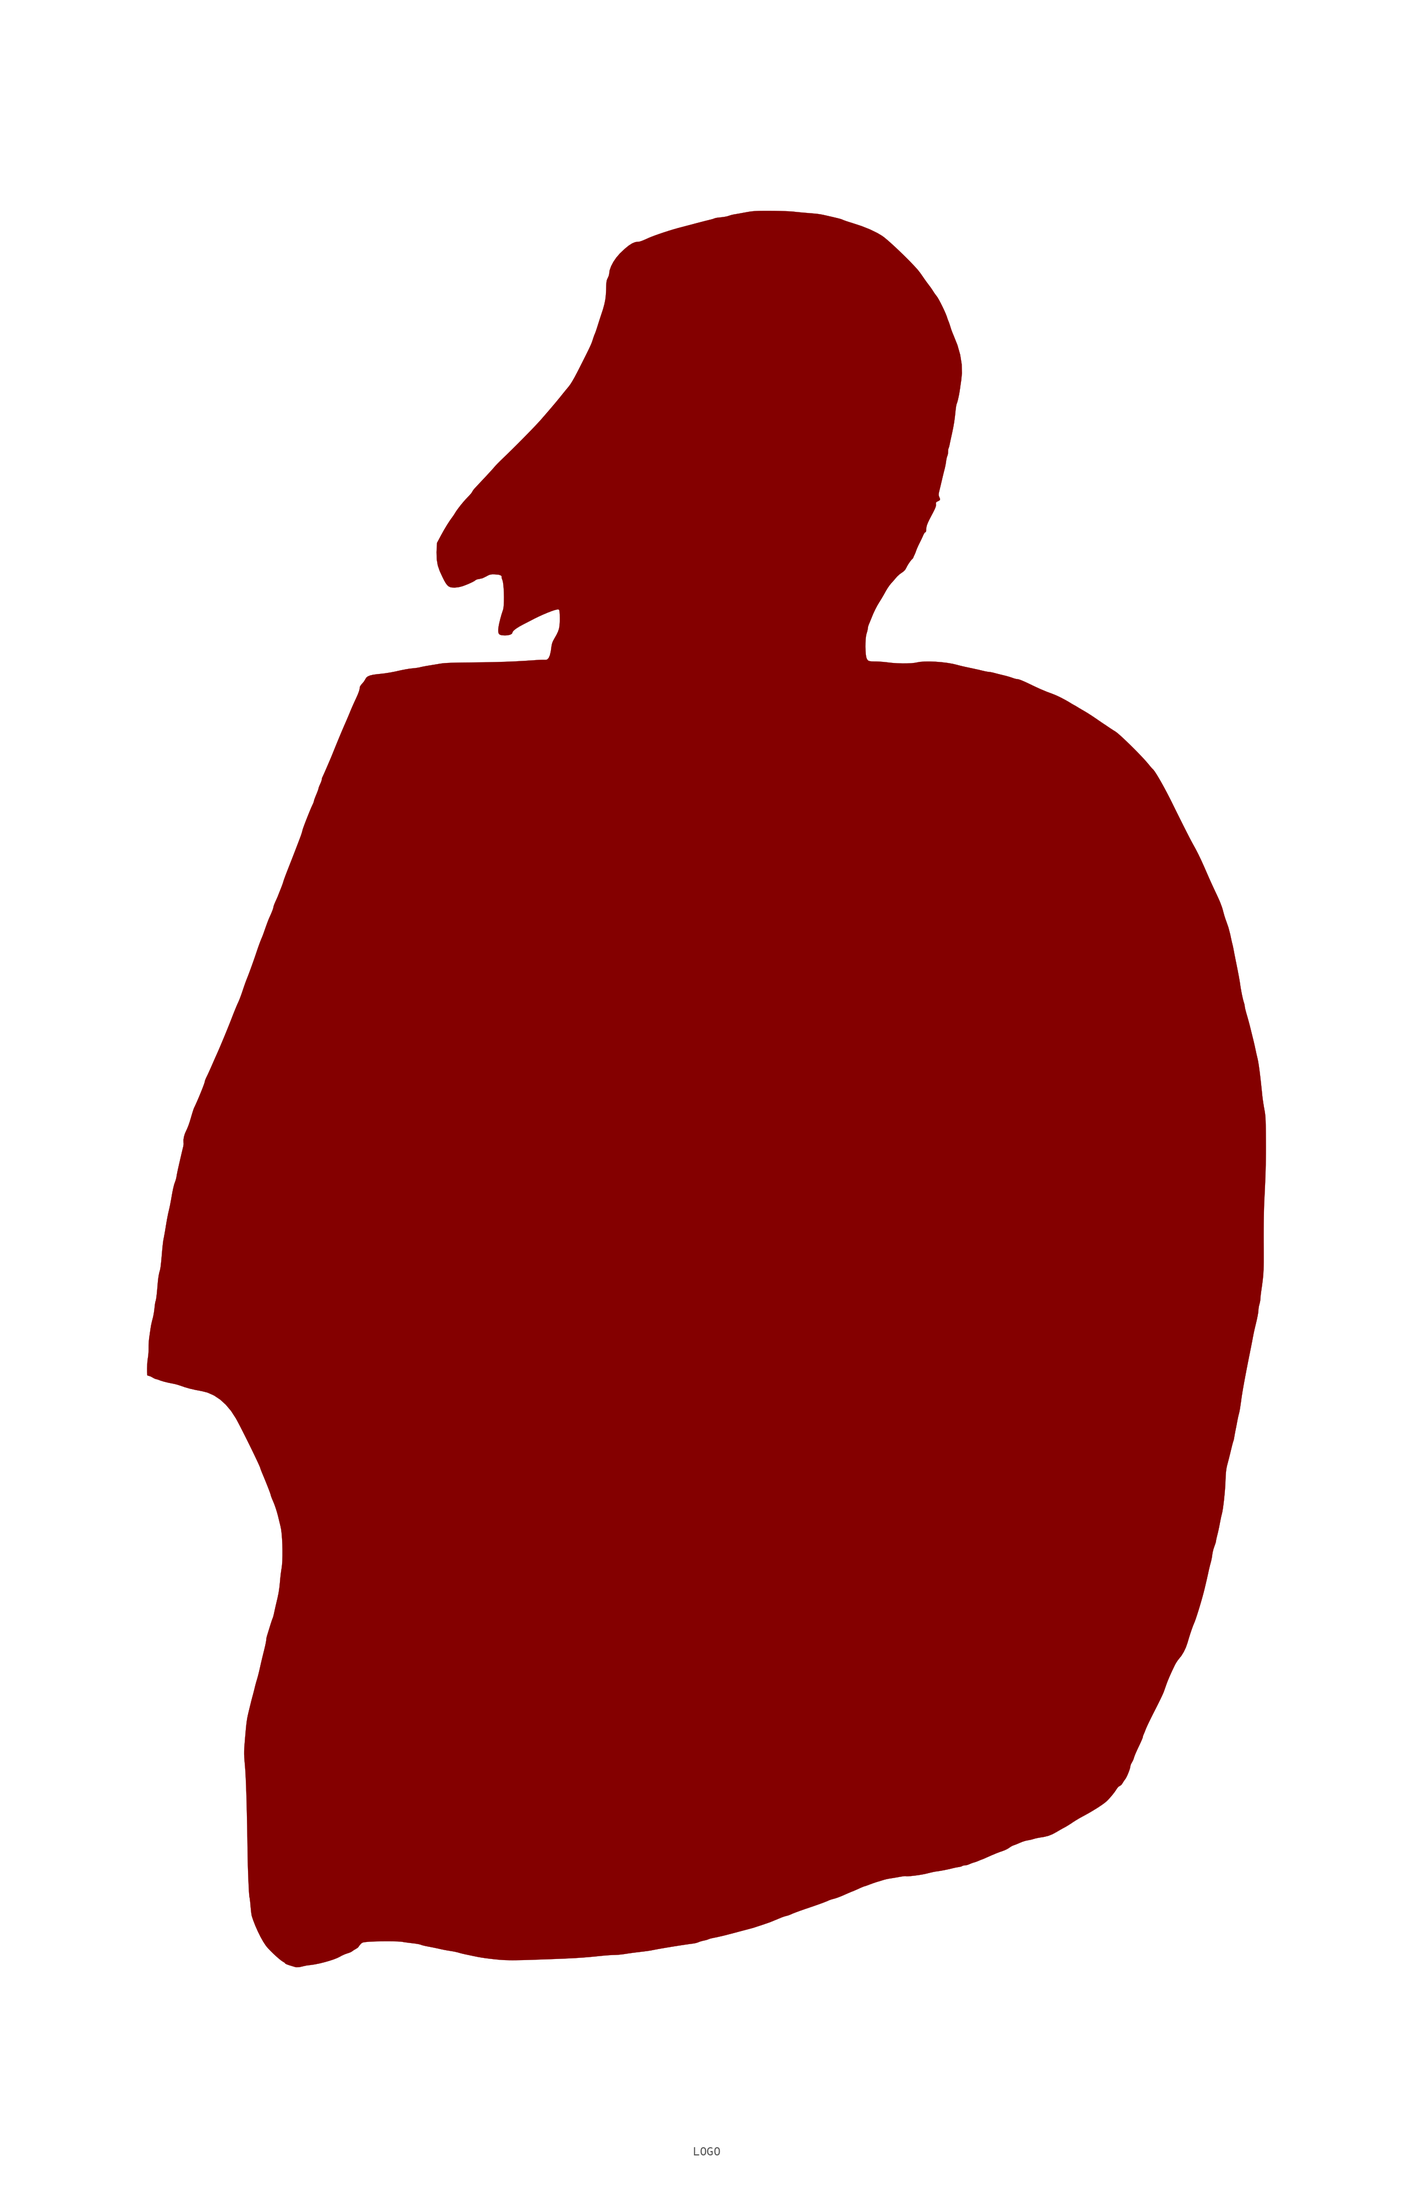
<source format=kicad_sym>
(kicad_symbol_lib
  (version 20210619)
  (generator bitmap2component)
  (symbol "LOGO"
    (pin_names
      (offset 1.016))
    (property "Reference" "#G"
      (at 0 99.257 0)
      (effects (font (size 1.27 1.27)) hide))
    (symbol "LOGO_0_0"
      (polyline (pts (xy -46.318 -99.795) (xy -45.93 -99.71) (xy -45.835 -99.684) (xy -45.504 -99.613) (xy -45.193 -99.57) (xy -45.071 -99.558) (xy -44.585 -99.488) (xy -44.044 -99.38) (xy -43.48 -99.243) (xy -42.929 -99.088) (xy -42.423 -98.924) (xy -41.997 -98.759) (xy -41.684 -98.603) (xy -41.472 -98.487) (xy -41.137 -98.334) (xy -40.834 -98.226) (xy -40.649 -98.168) (xy -40.436 -98.083) (xy -40.314 -98.012) (xy -40.271 -97.975) (xy -40.109 -97.864) (xy -39.901 -97.739) (xy -39.794 -97.677) (xy -39.644 -97.577) (xy -39.585 -97.52) (xy -39.576 -97.498) (xy -39.499 -97.386) (xy -39.369 -97.225) (xy -39.271 -97.117) (xy -39.163 -97.033) (xy -39.024 -96.981) (xy -38.815 -96.946) (xy -38.496 -96.915) (xy -38.332 -96.902) (xy -37.942 -96.882) (xy -37.481 -96.867) (xy -36.978 -96.858) (xy -36.459 -96.854) (xy -35.952 -96.855) (xy -35.483 -96.862) (xy -35.081 -96.874) (xy -34.773 -96.892) (xy -34.587 -96.915) (xy -34.457 -96.939) (xy -34.176 -96.982) (xy -33.828 -97.028) (xy -33.458 -97.072) (xy -33.184 -97.105) (xy -32.868 -97.153) (xy -32.625 -97.2) (xy -32.493 -97.24) (xy -32.483 -97.245) (xy -32.327 -97.299) (xy -32.078 -97.363) (xy -31.787 -97.424) (xy -31.338 -97.51) (xy -30.943 -97.589) (xy -30.569 -97.668) (xy -30.153 -97.761) (xy -29.832 -97.828) (xy -29.443 -97.899) (xy -29.076 -97.958) (xy -29.041 -97.963) (xy -28.712 -98.02) (xy -28.406 -98.085) (xy -28.185 -98.143) (xy -28.067 -98.179) (xy -27.776 -98.256) (xy -27.48 -98.324) (xy -27.21 -98.381) (xy -26.857 -98.455) (xy -26.514 -98.527) (xy -26.035 -98.625) (xy -25.574 -98.707) (xy -25.1 -98.777) (xy -24.546 -98.846) (xy -24.446 -98.857) (xy -24.089 -98.897) (xy -23.759 -98.931) (xy -23.444 -98.959) (xy -23.13 -98.98) (xy -22.803 -98.995) (xy -22.45 -99.004) (xy -22.056 -99.007) (xy -21.609 -99.004) (xy -21.095 -98.995) (xy -20.501 -98.979) (xy -19.812 -98.958) (xy -19.015 -98.93) (xy -18.097 -98.897) (xy -17.045 -98.858) (xy -16.224 -98.825) (xy -15.439 -98.788) (xy -14.734 -98.749) (xy -14.073 -98.705) (xy -13.42 -98.652) (xy -12.739 -98.589) (xy -11.995 -98.513) (xy -11.946 -98.508) (xy -11.512 -98.468) (xy -11.085 -98.435) (xy -10.713 -98.413) (xy -10.441 -98.405) (xy -10.408 -98.405) (xy -10.065 -98.389) (xy -9.666 -98.35) (xy -9.29 -98.298) (xy -9.276 -98.296) (xy -8.945 -98.244) (xy -8.523 -98.184) (xy -8.061 -98.124) (xy -7.613 -98.07) (xy -7.523 -98.059) (xy -7.121 -98.01) (xy -6.754 -97.962) (xy -6.46 -97.919) (xy -6.276 -97.888) (xy -6.063 -97.844) (xy -5.602 -97.757) (xy -5.044 -97.658) (xy -4.421 -97.553) (xy -3.767 -97.445) (xy -3.113 -97.342) (xy -2.49 -97.247) (xy -1.932 -97.166) (xy -1.47 -97.105) (xy -1.382 -97.091) (xy -1.116 -97.03) (xy -0.906 -96.954) (xy -0.821 -96.918) (xy -0.576 -96.838) (xy -0.306 -96.774) (xy -0.169 -96.745) (xy 0.069 -96.681) (xy 0.228 -96.621) (xy 0.301 -96.59) (xy 0.512 -96.527) (xy 0.765 -96.473) (xy 1.152 -96.396) (xy 1.723 -96.267) (xy 2.419 -96.094) (xy 3.231 -95.882) (xy 3.547 -95.797) (xy 3.992 -95.678) (xy 4.415 -95.567) (xy 4.753 -95.477) (xy 4.868 -95.447) (xy 5.153 -95.37) (xy 5.376 -95.307) (xy 5.496 -95.27) (xy 5.518 -95.261) (xy 5.672 -95.21) (xy 5.913 -95.131) (xy 6.202 -95.038) (xy 7.228 -94.685) (xy 8.28 -94.253) (xy 8.558 -94.137) (xy 8.838 -94.037) (xy 9.047 -93.98) (xy 9.054 -93.979) (xy 9.308 -93.911) (xy 9.539 -93.82) (xy 9.559 -93.81) (xy 9.796 -93.706) (xy 10.151 -93.567) (xy 10.6 -93.402) (xy 11.123 -93.218) (xy 11.697 -93.023) (xy 11.941 -92.941) (xy 12.461 -92.761) (xy 12.941 -92.59) (xy 13.357 -92.435) (xy 13.683 -92.306) (xy 13.893 -92.214) (xy 13.985 -92.174) (xy 14.227 -92.091) (xy 14.496 -92.019) (xy 14.612 -91.988) (xy 14.904 -91.891) (xy 15.25 -91.758) (xy 15.597 -91.611) (xy 15.792 -91.524) (xy 16.111 -91.384) (xy 16.383 -91.269) (xy 16.562 -91.198) (xy 16.576 -91.192) (xy 16.782 -91.109) (xy 17.061 -90.988) (xy 17.357 -90.855) (xy 17.422 -90.825) (xy 17.671 -90.715) (xy 17.86 -90.638) (xy 17.951 -90.609) (xy 17.963 -90.607) (xy 18.086 -90.57) (xy 18.3 -90.495) (xy 18.567 -90.394) (xy 18.59 -90.386) (xy 18.91 -90.268) (xy 19.221 -90.161) (xy 19.459 -90.086) (xy 19.52 -90.069) (xy 19.831 -89.977) (xy 20.127 -89.884) (xy 20.247 -89.849) (xy 20.56 -89.773) (xy 20.87 -89.718) (xy 20.922 -89.71) (xy 21.216 -89.664) (xy 21.576 -89.603) (xy 21.933 -89.539) (xy 22.072 -89.514) (xy 22.347 -89.471) (xy 22.549 -89.448) (xy 22.641 -89.45) (xy 22.728 -89.466) (xy 22.941 -89.463) (xy 23.246 -89.44) (xy 23.61 -89.4) (xy 24.005 -89.348) (xy 24.399 -89.286) (xy 24.763 -89.219) (xy 25.066 -89.151) (xy 25.274 -89.098) (xy 25.598 -89.021) (xy 25.865 -88.962) (xy 26.031 -88.933) (xy 26.071 -88.928) (xy 26.407 -88.879) (xy 26.815 -88.808) (xy 27.241 -88.726) (xy 27.629 -88.644) (xy 27.925 -88.572) (xy 28.074 -88.534) (xy 28.4 -88.463) (xy 28.685 -88.416) (xy 28.797 -88.398) (xy 28.985 -88.351) (xy 29.079 -88.302) (xy 29.081 -88.298) (xy 29.185 -88.251) (xy 29.364 -88.231) (xy 29.415 -88.229) (xy 29.657 -88.18) (xy 29.903 -88.088) (xy 29.963 -88.06) (xy 30.209 -87.96) (xy 30.418 -87.895) (xy 30.474 -87.881) (xy 30.705 -87.804) (xy 30.951 -87.705) (xy 31.049 -87.662) (xy 31.218 -87.591) (xy 31.301 -87.563) (xy 31.355 -87.546) (xy 31.512 -87.482) (xy 31.729 -87.386) (xy 31.867 -87.324) (xy 32.441 -87.071) (xy 32.913 -86.873) (xy 33.311 -86.719) (xy 33.659 -86.599) (xy 33.919 -86.5) (xy 34.213 -86.358) (xy 34.432 -86.219) (xy 34.51 -86.161) (xy 34.724 -86.029) (xy 34.9 -85.954) (xy 34.911 -85.951) (xy 35.083 -85.892) (xy 35.333 -85.792) (xy 35.612 -85.67) (xy 35.923 -85.545) (xy 36.251 -85.44) (xy 36.518 -85.382) (xy 36.636 -85.364) (xy 36.942 -85.3) (xy 37.202 -85.226) (xy 37.424 -85.163) (xy 37.731 -85.098) (xy 38.052 -85.044) (xy 38.37 -84.993) (xy 38.875 -84.868) (xy 39.343 -84.681) (xy 39.841 -84.409) (xy 39.87 -84.391) (xy 40.172 -84.214) (xy 40.469 -84.046) (xy 40.699 -83.923) (xy 40.752 -83.896) (xy 40.996 -83.755) (xy 41.293 -83.57) (xy 41.591 -83.373) (xy 41.633 -83.344) (xy 41.979 -83.121) (xy 42.353 -82.896) (xy 42.68 -82.714) (xy 42.848 -82.625) (xy 43.398 -82.323) (xy 43.938 -82.008) (xy 44.441 -81.697) (xy 44.886 -81.404) (xy 45.245 -81.146) (xy 45.496 -80.938) (xy 45.701 -80.734) (xy 46.073 -80.317) (xy 46.414 -79.882) (xy 46.681 -79.483) (xy 46.7 -79.453) (xy 46.846 -79.287) (xy 46.995 -79.196) (xy 47.007 -79.193) (xy 47.157 -79.092) (xy 47.286 -78.921) (xy 47.31 -78.877) (xy 47.451 -78.652) (xy 47.613 -78.428) (xy 47.698 -78.299) (xy 47.831 -78.038) (xy 47.965 -77.725) (xy 48.084 -77.405) (xy 48.169 -77.124) (xy 48.201 -76.928) (xy 48.206 -76.887) (xy 48.269 -76.716) (xy 48.38 -76.514) (xy 48.411 -76.463) (xy 48.535 -76.211) (xy 48.612 -75.977) (xy 48.622 -75.939) (xy 48.692 -75.742) (xy 48.81 -75.456) (xy 48.964 -75.112) (xy 49.139 -74.741) (xy 49.207 -74.599) (xy 49.366 -74.257) (xy 49.495 -73.965) (xy 49.581 -73.752) (xy 49.612 -73.645) (xy 49.621 -73.566) (xy 49.682 -73.395) (xy 49.685 -73.389) (xy 49.749 -73.248) (xy 49.843 -73.019) (xy 49.949 -72.746) (xy 49.997 -72.629) (xy 50.123 -72.347) (xy 50.299 -71.975) (xy 50.511 -71.539) (xy 50.748 -71.064) (xy 50.996 -70.577) (xy 51.155 -70.265) (xy 51.392 -69.794) (xy 51.606 -69.357) (xy 51.786 -68.98) (xy 51.92 -68.685) (xy 51.997 -68.498) (xy 52.076 -68.276) (xy 52.202 -67.919) (xy 52.32 -67.585) (xy 52.435 -67.282) (xy 52.654 -66.757) (xy 52.932 -66.141) (xy 53.259 -65.458) (xy 53.38 -65.237) (xy 53.582 -64.928) (xy 53.782 -64.678) (xy 53.993 -64.414) (xy 54.266 -63.969) (xy 54.507 -63.462) (xy 54.689 -62.943) (xy 54.823 -62.486) (xy 54.994 -61.939) (xy 55.164 -61.434) (xy 55.32 -61.005) (xy 55.452 -60.685) (xy 55.523 -60.511) (xy 55.641 -60.183) (xy 55.781 -59.76) (xy 55.937 -59.269) (xy 56.099 -58.737) (xy 56.259 -58.191) (xy 56.409 -57.658) (xy 56.541 -57.166) (xy 56.647 -56.742) (xy 56.653 -56.718) (xy 56.759 -56.266) (xy 56.839 -55.927) (xy 56.898 -55.67) (xy 56.945 -55.464) (xy 56.987 -55.279) (xy 57.029 -55.084) (xy 57.08 -54.848) (xy 57.082 -54.838) (xy 57.163 -54.48) (xy 57.255 -54.11) (xy 57.336 -53.808) (xy 57.385 -53.622) (xy 57.461 -53.253) (xy 57.51 -52.917) (xy 57.546 -52.682) (xy 57.633 -52.323) (xy 57.742 -51.993) (xy 57.835 -51.738) (xy 57.904 -51.519) (xy 57.93 -51.389) (xy 57.931 -51.37) (xy 57.957 -51.214) (xy 58.011 -50.969) (xy 58.083 -50.679) (xy 58.115 -50.552) (xy 58.205 -50.168) (xy 58.296 -49.738) (xy 58.375 -49.334) (xy 58.415 -49.12) (xy 58.483 -48.785) (xy 58.544 -48.507) (xy 58.589 -48.331) (xy 58.593 -48.316) (xy 58.652 -48.059) (xy 58.715 -47.684) (xy 58.779 -47.22) (xy 58.841 -46.693) (xy 58.898 -46.134) (xy 58.948 -45.568) (xy 58.986 -45.026) (xy 59.01 -44.534) (xy 59.012 -44.471) (xy 59.035 -43.958) (xy 59.064 -43.551) (xy 59.105 -43.215) (xy 59.162 -42.911) (xy 59.239 -42.603) (xy 59.311 -42.334) (xy 59.421 -41.906) (xy 59.537 -41.443) (xy 59.642 -41.009) (xy 59.651 -40.973) (xy 59.736 -40.623) (xy 59.812 -40.328) (xy 59.87 -40.118) (xy 59.904 -40.022) (xy 59.928 -39.954) (xy 59.971 -39.77) (xy 60.014 -39.527) (xy 60.04 -39.373) (xy 60.101 -39.032) (xy 60.161 -38.731) (xy 60.213 -38.476) (xy 60.279 -38.139) (xy 60.342 -37.803) (xy 60.342 -37.8) (xy 60.404 -37.48) (xy 60.471 -37.174) (xy 60.526 -36.949) (xy 60.539 -36.903) (xy 60.587 -36.706) (xy 60.634 -36.463) (xy 60.686 -36.149) (xy 60.747 -35.737) (xy 60.821 -35.203) (xy 60.852 -34.979) (xy 60.944 -34.401) (xy 61.068 -33.685) (xy 61.223 -32.839) (xy 61.409 -31.865) (xy 61.624 -30.77) (xy 61.867 -29.559) (xy 61.904 -29.376) (xy 61.988 -28.949) (xy 62.069 -28.529) (xy 62.134 -28.185) (xy 62.204 -27.825) (xy 62.294 -27.404) (xy 62.381 -27.034) (xy 62.4 -26.955) (xy 62.556 -26.3) (xy 62.668 -25.767) (xy 62.736 -25.364) (xy 62.758 -25.096) (xy 62.762 -25.007) (xy 62.801 -24.739) (xy 62.868 -24.465) (xy 62.9 -24.348) (xy 62.957 -24.078) (xy 62.979 -23.86) (xy 62.988 -23.691) (xy 63.015 -23.416) (xy 63.053 -23.118) (xy 63.068 -23.015) (xy 63.142 -22.498) (xy 63.203 -22.052) (xy 63.252 -21.655) (xy 63.29 -21.285) (xy 63.318 -20.92) (xy 63.338 -20.538) (xy 63.351 -20.118) (xy 63.358 -19.637) (xy 63.359 -19.073) (xy 63.358 -18.405) (xy 63.354 -17.61) (xy 63.353 -17.495) (xy 63.352 -16.742) (xy 63.354 -15.976) (xy 63.36 -15.223) (xy 63.37 -14.511) (xy 63.382 -13.866) (xy 63.397 -13.315) (xy 63.414 -12.886) (xy 63.433 -12.512) (xy 63.48 -11.552) (xy 63.518 -10.705) (xy 63.549 -9.946) (xy 63.572 -9.249) (xy 63.589 -8.588) (xy 63.599 -7.938) (xy 63.605 -7.272) (xy 63.606 -6.566) (xy 63.603 -5.793) (xy 63.603 -5.775) (xy 63.599 -5.061) (xy 63.593 -4.476) (xy 63.584 -3.999) (xy 63.572 -3.61) (xy 63.556 -3.291) (xy 63.534 -3.02) (xy 63.506 -2.778) (xy 63.47 -2.546) (xy 63.426 -2.302) (xy 63.379 -2.045) (xy 63.305 -1.59) (xy 63.24 -1.146) (xy 63.196 -0.78) (xy 63.146 -0.288) (xy 63.052 0.605) (xy 62.967 1.368) (xy 62.888 2.011) (xy 62.815 2.547) (xy 62.746 2.988) (xy 62.679 3.345) (xy 62.612 3.631) (xy 62.606 3.653) (xy 62.554 3.874) (xy 62.487 4.173) (xy 62.419 4.493) (xy 62.34 4.859) (xy 62.241 5.293) (xy 62.147 5.682) (xy 62.125 5.769) (xy 62.029 6.154) (xy 61.923 6.584) (xy 61.825 6.981) (xy 61.789 7.127) (xy 61.675 7.562) (xy 61.547 8.029) (xy 61.425 8.449) (xy 61.356 8.688) (xy 61.275 8.999) (xy 61.218 9.246) (xy 61.198 9.391) (xy 61.177 9.562) (xy 61.116 9.78) (xy 61.057 9.965) (xy 60.977 10.28) (xy 60.89 10.672) (xy 60.806 11.101) (xy 60.73 11.53) (xy 60.672 11.92) (xy 60.635 12.168) (xy 60.572 12.537) (xy 60.49 12.983) (xy 60.397 13.47) (xy 60.299 13.963) (xy 60.296 13.977) (xy 60.2 14.45) (xy 60.11 14.898) (xy 60.032 15.291) (xy 59.973 15.599) (xy 59.937 15.791) (xy 59.917 15.904) (xy 59.855 16.206) (xy 59.793 16.463) (xy 59.744 16.661) (xy 59.676 16.959) (xy 59.61 17.271) (xy 59.547 17.567) (xy 59.344 18.343) (xy 59.098 19.05) (xy 59.007 19.298) (xy 58.888 19.668) (xy 58.789 20.015) (xy 58.788 20.021) (xy 58.714 20.301) (xy 58.646 20.539) (xy 58.598 20.684) (xy 58.594 20.695) (xy 58.526 20.875) (xy 58.446 21.092) (xy 58.409 21.189) (xy 58.307 21.428) (xy 58.172 21.732) (xy 58.021 22.058) (xy 57.87 22.378) (xy 57.655 22.839) (xy 57.474 23.229) (xy 57.311 23.588) (xy 57.146 23.957) (xy 56.963 24.374) (xy 56.742 24.88) (xy 56.557 25.303) (xy 56.228 26.029) (xy 55.924 26.662) (xy 55.63 27.234) (xy 55.331 27.777) (xy 55.272 27.883) (xy 55.091 28.219) (xy 54.852 28.678) (xy 54.559 29.252) (xy 54.215 29.932) (xy 53.825 30.712) (xy 53.392 31.582) (xy 52.922 32.536) (xy 52.68 33.02) (xy 52.364 33.631) (xy 52.052 34.218) (xy 51.75 34.765) (xy 51.469 35.256) (xy 51.217 35.677) (xy 51.003 36.01) (xy 50.836 36.241) (xy 50.726 36.355) (xy 50.706 36.371) (xy 50.599 36.484) (xy 50.438 36.673) (xy 50.247 36.907) (xy 50.022 37.173) (xy 49.717 37.512) (xy 49.355 37.897) (xy 48.953 38.312) (xy 48.529 38.739) (xy 48.101 39.162) (xy 47.686 39.562) (xy 47.302 39.923) (xy 46.966 40.227) (xy 46.696 40.457) (xy 46.509 40.595) (xy 46.248 40.76) (xy 45.991 40.926) (xy 45.804 41.051) (xy 45.716 41.111) (xy 45.477 41.274) (xy 45.23 41.438) (xy 45.116 41.513) (xy 44.87 41.678) (xy 44.673 41.813) (xy 44.401 42.002) (xy 43.852 42.373) (xy 43.382 42.676) (xy 42.965 42.927) (xy 42.941 42.941) (xy 42.645 43.114) (xy 42.361 43.282) (xy 42.148 43.412) (xy 42.062 43.464) (xy 41.868 43.578) (xy 41.739 43.647) (xy 41.659 43.69) (xy 41.477 43.796) (xy 41.256 43.933) (xy 41.173 43.985) (xy 40.824 44.185) (xy 40.423 44.397) (xy 40.015 44.599) (xy 39.644 44.768) (xy 39.356 44.882) (xy 38.687 45.13) (xy 37.911 45.457) (xy 37.097 45.835) (xy 36.738 46.009) (xy 36.275 46.227) (xy 35.917 46.385) (xy 35.65 46.49) (xy 35.457 46.549) (xy 35.324 46.567) (xy 35.246 46.575) (xy 35.031 46.625) (xy 34.786 46.708) (xy 34.746 46.723) (xy 34.476 46.812) (xy 34.137 46.91) (xy 33.792 46.998) (xy 33.739 47.01) (xy 33.376 47.099) (xy 33.016 47.19) (xy 32.73 47.265) (xy 32.538 47.314) (xy 32.289 47.364) (xy 32.12 47.384) (xy 32.1 47.384) (xy 31.923 47.408) (xy 31.66 47.459) (xy 31.362 47.528) (xy 31.104 47.59) (xy 30.713 47.679) (xy 30.279 47.775) (xy 29.856 47.864) (xy 29.479 47.944) (xy 29.099 48.03) (xy 28.777 48.108) (xy 28.556 48.166) (xy 28.503 48.182) (xy 27.977 48.308) (xy 27.372 48.411) (xy 26.721 48.49) (xy 26.055 48.543) (xy 25.406 48.567) (xy 24.805 48.562) (xy 24.285 48.525) (xy 23.878 48.453) (xy 23.683 48.415) (xy 23.286 48.373) (xy 22.798 48.352) (xy 22.253 48.35) (xy 21.684 48.369) (xy 21.125 48.407) (xy 20.61 48.465) (xy 20.484 48.481) (xy 20.049 48.526) (xy 19.602 48.558) (xy 19.223 48.571) (xy 19.099 48.571) (xy 18.769 48.58) (xy 18.547 48.606) (xy 18.402 48.661) (xy 18.303 48.755) (xy 18.219 48.896) (xy 18.156 49.102) (xy 18.11 49.422) (xy 18.081 49.819) (xy 18.07 50.259) (xy 18.076 50.707) (xy 18.101 51.129) (xy 18.143 51.489) (xy 18.204 51.752) (xy 18.259 51.926) (xy 18.32 52.171) (xy 18.344 52.342) (xy 18.375 52.538) (xy 18.448 52.757) (xy 18.507 52.894) (xy 18.611 53.147) (xy 18.742 53.466) (xy 18.883 53.814) (xy 18.99 54.065) (xy 19.195 54.498) (xy 19.416 54.918) (xy 19.62 55.262) (xy 19.681 55.358) (xy 19.914 55.736) (xy 20.149 56.137) (xy 20.344 56.487) (xy 20.382 56.558) (xy 20.582 56.89) (xy 20.801 57.209) (xy 20.998 57.453) (xy 21.158 57.63) (xy 21.395 57.9) (xy 21.592 58.132) (xy 21.694 58.245) (xy 21.952 58.479) (xy 22.217 58.672) (xy 22.353 58.762) (xy 22.577 58.971) (xy 22.728 59.233) (xy 22.792 59.367) (xy 22.944 59.627) (xy 23.122 59.89) (xy 23.295 60.113) (xy 23.432 60.248) (xy 23.454 60.267) (xy 23.509 60.359) (xy 23.51 60.364) (xy 23.549 60.473) (xy 23.629 60.641) (xy 23.644 60.67) (xy 23.748 60.906) (xy 23.84 61.161) (xy 23.851 61.191) (xy 23.94 61.419) (xy 24.071 61.712) (xy 24.218 62.015) (xy 24.238 62.054) (xy 24.396 62.373) (xy 24.543 62.684) (xy 24.65 62.926) (xy 24.712 63.056) (xy 24.811 63.209) (xy 24.887 63.26) (xy 24.91 63.263) (xy 24.962 63.367) (xy 24.985 63.611) (xy 24.986 63.624) (xy 25.008 63.836) (xy 25.067 64.066) (xy 25.174 64.341) (xy 25.338 64.688) (xy 25.57 65.134) (xy 25.729 65.434) (xy 25.897 65.766) (xy 26.008 66.008) (xy 26.07 66.186) (xy 26.094 66.322) (xy 26.089 66.441) (xy 26.079 66.569) (xy 26.129 66.68) (xy 26.286 66.766) (xy 26.396 66.814) (xy 26.534 66.912) (xy 26.555 67.038) (xy 26.477 67.24) (xy 26.417 67.385) (xy 26.395 67.523) (xy 26.415 67.699) (xy 26.476 67.965) (xy 26.511 68.106) (xy 26.592 68.443) (xy 26.685 68.834) (xy 26.776 69.219) (xy 26.825 69.429) (xy 26.918 69.818) (xy 27.007 70.175) (xy 27.076 70.444) (xy 27.121 70.627) (xy 27.196 70.997) (xy 27.248 71.335) (xy 27.277 71.535) (xy 27.332 71.781) (xy 27.389 71.943) (xy 27.4 71.964) (xy 27.452 72.161) (xy 27.468 72.395) (xy 27.466 72.441) (xy 27.481 72.65) (xy 27.519 72.788) (xy 27.532 72.811) (xy 27.588 72.973) (xy 27.639 73.189) (xy 27.654 73.268) (xy 27.707 73.524) (xy 27.777 73.85) (xy 27.853 74.195) (xy 27.937 74.579) (xy 28.064 75.202) (xy 28.16 75.758) (xy 28.235 76.294) (xy 28.297 76.861) (xy 28.329 77.166) (xy 28.37 77.476) (xy 28.409 77.708) (xy 28.441 77.827) (xy 28.45 77.846) (xy 28.518 78.041) (xy 28.597 78.341) (xy 28.679 78.709) (xy 28.755 79.109) (xy 28.817 79.505) (xy 28.818 79.509) (xy 28.868 79.869) (xy 28.922 80.24) (xy 28.968 80.545) (xy 29.044 81.316) (xy 29.016 82.351) (xy 28.845 83.423) (xy 28.531 84.529) (xy 28.074 85.669) (xy 27.986 85.875) (xy 27.849 86.234) (xy 27.743 86.561) (xy 27.681 86.765) (xy 27.591 87.034) (xy 27.515 87.229) (xy 27.433 87.431) (xy 27.364 87.638) (xy 27.303 87.822) (xy 27.177 88.136) (xy 27.011 88.509) (xy 26.821 88.908) (xy 26.624 89.301) (xy 26.436 89.655) (xy 26.272 89.936) (xy 26.148 90.113) (xy 26.11 90.159) (xy 25.932 90.398) (xy 25.772 90.645) (xy 25.638 90.853) (xy 25.45 91.121) (xy 25.25 91.388) (xy 25.052 91.651) (xy 24.802 91.998) (xy 24.583 92.316) (xy 24.387 92.599) (xy 24.178 92.88) (xy 24.003 93.096) (xy 23.934 93.175) (xy 23.593 93.548) (xy 23.191 93.968) (xy 22.747 94.416) (xy 22.279 94.877) (xy 21.805 95.333) (xy 21.342 95.766) (xy 20.909 96.16) (xy 20.524 96.497) (xy 20.205 96.761) (xy 19.97 96.933) (xy 19.435 97.252) (xy 18.598 97.662) (xy 17.631 98.046) (xy 16.525 98.408) (xy 16.237 98.496) (xy 15.915 98.601) (xy 15.658 98.691) (xy 15.506 98.753) (xy 15.487 98.762) (xy 15.401 98.8) (xy 15.29 98.838) (xy 15.135 98.883) (xy 14.915 98.94) (xy 14.61 99.013) (xy 14.2 99.109) (xy 13.665 99.231) (xy 13.509 99.267) (xy 13.207 99.333) (xy 12.945 99.382) (xy 12.686 99.421) (xy 12.392 99.455) (xy 12.026 99.488) (xy 11.549 99.527) (xy 11.175 99.558) (xy 10.698 99.601) (xy 10.245 99.645) (xy 9.878 99.685) (xy 9.722 99.7) (xy 9.369 99.723) (xy 8.918 99.742) (xy 8.398 99.758) (xy 7.841 99.769) (xy 7.278 99.774) (xy 6.968 99.775) (xy 6.422 99.774) (xy 5.984 99.768) (xy 5.627 99.755) (xy 5.323 99.734) (xy 5.044 99.704) (xy 4.765 99.661) (xy 4.456 99.606) (xy 4.079 99.536) (xy 3.699 99.467) (xy 3.377 99.41) (xy 3.156 99.374) (xy 3.051 99.355) (xy 2.76 99.284) (xy 2.518 99.204) (xy 2.487 99.192) (xy 2.261 99.132) (xy 1.956 99.078) (xy 1.627 99.038) (xy 1.527 99.029) (xy 1.245 98.995) (xy 1.033 98.959) (xy 0.928 98.927) (xy 0.926 98.925) (xy 0.813 98.879) (xy 0.601 98.816) (xy 0.334 98.748) (xy 0.205 98.717) (xy -0.113 98.638) (xy -0.514 98.535) (xy -0.959 98.42) (xy -1.411 98.301) (xy -1.673 98.231) (xy -2.12 98.113) (xy -2.534 98.004) (xy -2.88 97.913) (xy -3.119 97.851) (xy -3.248 97.817) (xy -3.717 97.684) (xy -4.245 97.523) (xy -4.796 97.347) (xy -5.338 97.165) (xy -5.837 96.988) (xy -6.26 96.829) (xy -6.573 96.698) (xy -6.69 96.645) (xy -7.066 96.478) (xy -7.343 96.365) (xy -7.551 96.296) (xy -7.716 96.262) (xy -7.867 96.253) (xy -8.101 96.221) (xy -8.445 96.082) (xy -8.843 95.828) (xy -9.3 95.454) (xy -9.823 94.956) (xy -9.876 94.903) (xy -10.263 94.451) (xy -10.591 93.969) (xy -10.844 93.484) (xy -11.008 93.026) (xy -11.066 92.624) (xy -11.07 92.571) (xy -11.128 92.358) (xy -11.23 92.13) (xy -11.296 91.995) (xy -11.347 91.833) (xy -11.379 91.627) (xy -11.398 91.342) (xy -11.408 90.942) (xy -11.41 90.813) (xy -11.44 90.233) (xy -11.503 89.7) (xy -11.61 89.169) (xy -11.767 88.596) (xy -11.985 87.934) (xy -12.037 87.778) (xy -12.132 87.488) (xy -12.244 87.137) (xy -12.36 86.769) (xy -12.458 86.46) (xy -12.559 86.156) (xy -12.641 85.926) (xy -12.691 85.804) (xy -12.693 85.8) (xy -12.753 85.658) (xy -12.837 85.425) (xy -12.928 85.15) (xy -12.944 85.098) (xy -12.993 84.95) (xy -13.047 84.801) (xy -13.113 84.638) (xy -13.198 84.445) (xy -13.308 84.208) (xy -13.451 83.912) (xy -13.633 83.542) (xy -13.862 83.084) (xy -14.144 82.523) (xy -14.487 81.844) (xy -14.699 81.43) (xy -15.007 80.85) (xy -15.27 80.391) (xy -15.494 80.039) (xy -15.686 79.784) (xy -15.722 79.741) (xy -15.973 79.439) (xy -16.253 79.097) (xy -16.506 78.781) (xy -16.688 78.555) (xy -17.097 78.058) (xy -17.596 77.467) (xy -18.175 76.792) (xy -18.827 76.041) (xy -18.996 75.853) (xy -19.317 75.507) (xy -19.715 75.088) (xy -20.172 74.615) (xy -20.671 74.105) (xy -21.194 73.576) (xy -21.724 73.046) (xy -22.241 72.534) (xy -22.73 72.056) (xy -23.173 71.631) (xy -23.186 71.618) (xy -23.472 71.342) (xy -23.735 71.078) (xy -23.947 70.858) (xy -24.079 70.709) (xy -24.102 70.681) (xy -24.257 70.501) (xy -24.501 70.231) (xy -24.82 69.883) (xy -25.202 69.472) (xy -25.634 69.01) (xy -26.106 68.511) (xy -26.115 68.501) (xy -26.332 68.268) (xy -26.476 68.1) (xy -26.576 67.957) (xy -26.663 67.803) (xy -26.671 67.789) (xy -26.781 67.64) (xy -26.961 67.434) (xy -27.175 67.213) (xy -27.39 66.988) (xy -27.666 66.672) (xy -27.953 66.324) (xy -28.221 65.977) (xy -28.444 65.668) (xy -28.594 65.431) (xy -28.721 65.225) (xy -28.87 65.014) (xy -29.163 64.605) (xy -29.496 64.092) (xy -29.842 63.514) (xy -30.18 62.906) (xy -30.636 62.052) (xy -30.682 61.235) (xy -30.693 60.98) (xy -30.669 60.183) (xy -30.551 59.482) (xy -30.337 58.858) (xy -30.267 58.703) (xy -30.023 58.174) (xy -29.818 57.763) (xy -29.639 57.457) (xy -29.473 57.24) (xy -29.306 57.097) (xy -29.125 57.013) (xy -28.918 56.974) (xy -28.671 56.964) (xy -28.541 56.969) (xy -28.141 57.022) (xy -27.761 57.118) (xy -27.631 57.163) (xy -27.268 57.301) (xy -26.918 57.45) (xy -26.612 57.594) (xy -26.383 57.719) (xy -26.262 57.81) (xy -26.212 57.847) (xy -26.037 57.91) (xy -25.803 57.953) (xy -25.466 58.031) (xy -25.03 58.24) (xy -25.029 58.241) (xy -24.807 58.365) (xy -24.601 58.441) (xy -24.369 58.475) (xy -24.072 58.471) (xy -23.669 58.437) (xy -23.605 58.427) (xy -23.406 58.36) (xy -23.289 58.257) (xy -23.288 58.145) (xy -23.292 58.125) (xy -23.266 57.997) (xy -23.197 57.808) (xy -23.193 57.798) (xy -23.137 57.576) (xy -23.092 57.24) (xy -23.058 56.824) (xy -23.036 56.358) (xy -23.027 55.877) (xy -23.031 55.411) (xy -23.049 54.995) (xy -23.081 54.66) (xy -23.13 54.439) (xy -23.165 54.34) (xy -23.308 53.897) (xy -23.44 53.423) (xy -23.553 52.962) (xy -23.634 52.556) (xy -23.674 52.246) (xy -23.679 51.986) (xy -23.631 51.757) (xy -23.503 51.618) (xy -23.273 51.549) (xy -22.918 51.529) (xy -22.618 51.546) (xy -22.321 51.613) (xy -22.127 51.724) (xy -22.058 51.871) (xy -22.042 51.934) (xy -21.911 52.096) (xy -21.662 52.296) (xy -21.308 52.523) (xy -20.862 52.768) (xy -20.705 52.849) (xy -20.323 53.045) (xy -19.949 53.238) (xy -19.644 53.396) (xy -19.518 53.461) (xy -19.051 53.688) (xy -18.553 53.913) (xy -18.065 54.119) (xy -17.627 54.288) (xy -17.28 54.405) (xy -17.275 54.406) (xy -17.011 54.473) (xy -16.85 54.485) (xy -16.76 54.444) (xy -16.74 54.408) (xy -16.703 54.221) (xy -16.682 53.889) (xy -16.676 53.414) (xy -16.681 53.069) (xy -16.708 52.649) (xy -16.769 52.298) (xy -16.878 51.969) (xy -17.047 51.613) (xy -17.291 51.184) (xy -17.323 51.127) (xy -17.462 50.868) (xy -17.553 50.629) (xy -17.614 50.356) (xy -17.665 49.99) (xy -17.703 49.717) (xy -17.808 49.272) (xy -17.948 48.961) (xy -18.12 48.787) (xy -18.324 48.754) (xy -18.326 48.755) (xy -18.479 48.763) (xy -18.742 48.76) (xy -19.08 48.746) (xy -19.455 48.722) (xy -19.6 48.712) (xy -20.666 48.641) (xy -21.725 48.583) (xy -22.809 48.538) (xy -23.947 48.504) (xy -25.172 48.479) (xy -26.514 48.463) (xy -27.06 48.458) (xy -27.824 48.449) (xy -28.462 48.437) (xy -28.989 48.422) (xy -29.419 48.403) (xy -29.765 48.381) (xy -30.042 48.355) (xy -30.265 48.323) (xy -30.337 48.311) (xy -30.759 48.239) (xy -31.222 48.163) (xy -31.639 48.095) (xy -31.793 48.069) (xy -32.127 48.008) (xy -32.414 47.951) (xy -32.602 47.905) (xy -32.621 47.9) (xy -32.837 47.858) (xy -33.135 47.816) (xy -33.457 47.785) (xy -33.489 47.783) (xy -33.805 47.743) (xy -34.211 47.676) (xy -34.656 47.59) (xy -35.092 47.493) (xy -35.404 47.423) (xy -35.988 47.312) (xy -36.577 47.221) (xy -37.097 47.16) (xy -37.414 47.13) (xy -37.892 47.064) (xy -38.25 46.98) (xy -38.508 46.871) (xy -38.682 46.731) (xy -38.792 46.554) (xy -38.835 46.47) (xy -38.984 46.246) (xy -39.167 46.032) (xy -39.286 45.9) (xy -39.404 45.704) (xy -39.437 45.498) (xy -39.448 45.402) (xy -39.523 45.144) (xy -39.66 44.789) (xy -39.852 44.361) (xy -40.017 44.007) (xy -40.202 43.598) (xy -40.367 43.221) (xy -40.489 42.928) (xy -40.597 42.664) (xy -40.754 42.29) (xy -40.93 41.879) (xy -41.104 41.479) (xy -41.169 41.332) (xy -41.46 40.655) (xy -41.791 39.865) (xy -42.155 38.981) (xy -42.541 38.026) (xy -42.574 37.944) (xy -42.694 37.654) (xy -42.845 37.299) (xy -43.013 36.907) (xy -43.186 36.507) (xy -43.351 36.128) (xy -43.496 35.8) (xy -43.609 35.55) (xy -43.677 35.409) (xy -43.71 35.328) (xy -43.745 35.144) (xy -43.76 35.057) (xy -43.828 34.859) (xy -43.93 34.624) (xy -44.006 34.457) (xy -44.085 34.255) (xy -44.116 34.134) (xy -44.121 34.102) (xy -44.169 33.945) (xy -44.259 33.705) (xy -44.376 33.421) (xy -44.426 33.302) (xy -44.533 33.031) (xy -44.608 32.82) (xy -44.636 32.706) (xy -44.64 32.67) (xy -44.693 32.509) (xy -44.785 32.305) (xy -44.799 32.278) (xy -44.902 32.053) (xy -45.038 31.738) (xy -45.193 31.361) (xy -45.358 30.951) (xy -45.522 30.536) (xy -45.672 30.144) (xy -45.799 29.804) (xy -45.89 29.544) (xy -45.934 29.392) (xy -45.956 29.298) (xy -46.029 29.046) (xy -46.119 28.779) (xy -46.122 28.77) (xy -46.238 28.459) (xy -46.395 28.045) (xy -46.582 27.558) (xy -46.784 27.033) (xy -46.99 26.501) (xy -47.187 25.995) (xy -47.363 25.549) (xy -47.508 25.18) (xy -47.717 24.646) (xy -47.877 24.227) (xy -47.995 23.906) (xy -48.077 23.671) (xy -48.126 23.506) (xy -48.136 23.47) (xy -48.205 23.268) (xy -48.307 22.992) (xy -48.426 22.689) (xy -48.464 22.595) (xy -48.577 22.312) (xy -48.668 22.082) (xy -48.719 21.947) (xy -48.722 21.94) (xy -48.782 21.793) (xy -48.884 21.562) (xy -49.006 21.295) (xy -49.018 21.27) (xy -49.13 21.007) (xy -49.21 20.787) (xy -49.24 20.655) (xy -49.272 20.507) (xy -49.366 20.24) (xy -49.518 19.872) (xy -49.721 19.421) (xy -49.73 19.402) (xy -49.824 19.174) (xy -49.954 18.831) (xy -50.111 18.398) (xy -50.287 17.899) (xy -50.3 17.859) (xy -50.405 17.566) (xy -50.495 17.331) (xy -50.6 17.082) (xy -50.719 16.789) (xy -50.866 16.398) (xy -51.022 15.96) (xy -51.17 15.522) (xy -51.211 15.399) (xy -51.343 15.009) (xy -51.5 14.56) (xy -51.669 14.085) (xy -51.839 13.616) (xy -51.997 13.189) (xy -52.132 12.835) (xy -52.23 12.589) (xy -52.235 12.576) (xy -52.334 12.325) (xy -52.461 11.978) (xy -52.6 11.581) (xy -52.736 11.178) (xy -52.746 11.146) (xy -52.883 10.746) (xy -53.025 10.361) (xy -53.155 10.033) (xy -53.257 9.803) (xy -53.334 9.64) (xy -53.461 9.343) (xy -53.617 8.966) (xy -53.788 8.54) (xy -53.961 8.095) (xy -54.091 7.759) (xy -54.314 7.199) (xy -54.562 6.587) (xy -54.821 5.955) (xy -55.08 5.335) (xy -55.324 4.758) (xy -55.54 4.257) (xy -55.716 3.862) (xy -55.799 3.678) (xy -55.928 3.387) (xy -56.081 3.038) (xy -56.24 2.674) (xy -56.385 2.345) (xy -56.555 1.968) (xy -56.708 1.636) (xy -56.825 1.395) (xy -56.924 1.185) (xy -57.007 0.978) (xy -57.039 0.853) (xy -57.061 0.75) (xy -57.135 0.526) (xy -57.25 0.213) (xy -57.398 -0.164) (xy -57.567 -0.581) (xy -57.748 -1.014) (xy -57.931 -1.436) (xy -58.105 -1.825) (xy -58.261 -2.154) (xy -58.311 -2.28) (xy -58.393 -2.523) (xy -58.492 -2.84) (xy -58.595 -3.193) (xy -58.599 -3.208) (xy -58.751 -3.716) (xy -58.893 -4.132) (xy -59.045 -4.51) (xy -59.227 -4.902) (xy -59.321 -5.129) (xy -59.416 -5.462) (xy -59.467 -5.78) (xy -59.462 -6.025) (xy -59.46 -6.035) (xy -59.45 -6.275) (xy -59.486 -6.527) (xy -59.537 -6.726) (xy -59.616 -7.054) (xy -59.715 -7.474) (xy -59.828 -7.961) (xy -59.949 -8.486) (xy -60.071 -9.024) (xy -60.097 -9.14) (xy -60.169 -9.48) (xy -60.228 -9.786) (xy -60.264 -10.001) (xy -60.282 -10.102) (xy -60.359 -10.389) (xy -60.46 -10.67) (xy -60.483 -10.727) (xy -60.556 -10.974) (xy -60.638 -11.318) (xy -60.722 -11.72) (xy -60.798 -12.143) (xy -60.818 -12.259) (xy -60.898 -12.71) (xy -60.982 -13.15) (xy -61.062 -13.533) (xy -61.128 -13.814) (xy -61.148 -13.895) (xy -61.219 -14.214) (xy -61.3 -14.62) (xy -61.383 -15.071) (xy -61.459 -15.522) (xy -61.49 -15.715) (xy -61.56 -16.135) (xy -61.626 -16.513) (xy -61.682 -16.816) (xy -61.721 -17.008) (xy -61.753 -17.18) (xy -61.795 -17.481) (xy -61.837 -17.847) (xy -61.875 -18.233) (xy -61.895 -18.464) (xy -61.946 -19.046) (xy -61.988 -19.505) (xy -62.024 -19.863) (xy -62.056 -20.137) (xy -62.087 -20.348) (xy -62.119 -20.515) (xy -62.154 -20.658) (xy -62.195 -20.795) (xy -62.238 -20.963) (xy -62.298 -21.285) (xy -62.352 -21.667) (xy -62.391 -22.058) (xy -62.393 -22.09) (xy -62.449 -22.756) (xy -62.502 -23.299) (xy -62.552 -23.712) (xy -62.597 -23.99) (xy -62.638 -24.125) (xy -62.654 -24.169) (xy -62.689 -24.344) (xy -62.727 -24.609) (xy -62.762 -24.926) (xy -62.773 -25.037) (xy -62.829 -25.432) (xy -62.9 -25.82) (xy -62.976 -26.13) (xy -63.052 -26.42) (xy -63.139 -26.815) (xy -63.203 -27.182) (xy -63.248 -27.49) (xy -63.309 -27.915) (xy -63.365 -28.297) (xy -63.368 -28.318) (xy -63.405 -28.684) (xy -63.428 -29.105) (xy -63.432 -29.495) (xy -63.431 -29.538) (xy -63.44 -29.916) (xy -63.471 -30.298) (xy -63.517 -30.609) (xy -63.519 -30.618) (xy -63.559 -30.914) (xy -63.588 -31.304) (xy -63.603 -31.735) (xy -63.602 -32.155) (xy -63.583 -32.511) (xy -63.55 -32.565) (xy -63.424 -32.604) (xy -63.373 -32.611) (xy -63.19 -32.677) (xy -62.98 -32.79) (xy -62.891 -32.843) (xy -62.704 -32.938) (xy -62.582 -32.975) (xy -62.554 -32.978) (xy -62.396 -33.02) (xy -62.191 -33.097) (xy -62.057 -33.148) (xy -61.669 -33.266) (xy -61.175 -33.386) (xy -60.603 -33.501) (xy -60.452 -33.533) (xy -60.105 -33.624) (xy -59.787 -33.728) (xy -59.339 -33.884) (xy -58.764 -34.051) (xy -58.12 -34.2) (xy -57.368 -34.342) (xy -56.719 -34.509) (xy -55.99 -34.835) (xy -55.297 -35.296) (xy -54.648 -35.886) (xy -54.051 -36.597) (xy -53.515 -37.425) (xy -53.381 -37.667) (xy -53.189 -38.028) (xy -52.964 -38.461) (xy -52.715 -38.949) (xy -52.45 -39.475) (xy -52.177 -40.021) (xy -51.905 -40.572) (xy -51.642 -41.109) (xy -51.397 -41.617) (xy -51.178 -42.077) (xy -50.992 -42.473) (xy -50.85 -42.788) (xy -50.758 -43.004) (xy -50.726 -43.105) (xy -50.715 -43.148) (xy -50.657 -43.307) (xy -50.561 -43.55) (xy -50.439 -43.844) (xy -50.284 -44.215) (xy -50.09 -44.69) (xy -49.913 -45.133) (xy -49.761 -45.524) (xy -49.642 -45.842) (xy -49.565 -46.066) (xy -49.537 -46.173) (xy -49.526 -46.224) (xy -49.466 -46.394) (xy -49.366 -46.645) (xy -49.239 -46.942) (xy -49.135 -47.197) (xy -48.983 -47.626) (xy -48.838 -48.089) (xy -48.72 -48.523) (xy -48.633 -48.882) (xy -48.544 -49.248) (xy -48.469 -49.555) (xy -48.419 -49.76) (xy -48.357 -50.09) (xy -48.299 -50.572) (xy -48.255 -51.139) (xy -48.225 -51.76) (xy -48.209 -52.399) (xy -48.21 -53.025) (xy -48.227 -53.604) (xy -48.26 -54.103) (xy -48.312 -54.488) (xy -48.36 -54.785) (xy -48.413 -55.186) (xy -48.461 -55.63) (xy -48.5 -56.066) (xy -48.552 -56.587) (xy -48.656 -57.287) (xy -48.79 -57.923) (xy -48.858 -58.202) (xy -48.962 -58.645) (xy -49.059 -59.071) (xy -49.133 -59.415) (xy -49.158 -59.529) (xy -49.222 -59.808) (xy -49.278 -60.018) (xy -49.316 -60.121) (xy -49.317 -60.123) (xy -49.361 -60.229) (xy -49.436 -60.445) (xy -49.533 -60.74) (xy -49.642 -61.086) (xy -49.754 -61.45) (xy -49.856 -61.782) (xy -49.937 -62.047) (xy -49.986 -62.206) (xy -50.034 -62.412) (xy -50.057 -62.633) (xy -50.06 -62.67) (xy -50.09 -62.856) (xy -50.148 -63.143) (xy -50.229 -63.498) (xy -50.325 -63.89) (xy -50.332 -63.917) (xy -50.448 -64.388) (xy -50.569 -64.89) (xy -50.68 -65.365) (xy -50.767 -65.755) (xy -50.818 -65.981) (xy -50.916 -66.392) (xy -51.016 -66.779) (xy -51.102 -67.081) (xy -51.187 -67.365) (xy -51.285 -67.721) (xy -51.36 -68.02) (xy -51.402 -68.196) (xy -51.492 -68.552) (xy -51.58 -68.885) (xy -51.635 -69.087) (xy -51.711 -69.372) (xy -51.766 -69.59) (xy -51.772 -69.615) (xy -51.825 -69.832) (xy -51.898 -70.127) (xy -51.976 -70.444) (xy -51.996 -70.524) (xy -52.076 -70.854) (xy -52.142 -71.138) (xy -52.196 -71.397) (xy -52.242 -71.654) (xy -52.283 -71.929) (xy -52.322 -72.245) (xy -52.361 -72.623) (xy -52.403 -73.084) (xy -52.452 -73.65) (xy -52.51 -74.343) (xy -52.518 -74.447) (xy -52.549 -74.87) (xy -52.565 -75.233) (xy -52.567 -75.576) (xy -52.553 -75.941) (xy -52.522 -76.37) (xy -52.475 -76.906) (xy -52.462 -77.049) (xy -52.424 -77.589) (xy -52.388 -78.273) (xy -52.353 -79.098) (xy -52.319 -80.062) (xy -52.287 -81.162) (xy -52.256 -82.395) (xy -52.227 -83.757) (xy -52.2 -85.245) (xy -52.175 -86.858) (xy -52.169 -87.227) (xy -52.155 -87.833) (xy -52.138 -88.456) (xy -52.117 -89.079) (xy -52.094 -89.682) (xy -52.07 -90.248) (xy -52.045 -90.758) (xy -52.02 -91.192) (xy -51.996 -91.534) (xy -51.974 -91.764) (xy -51.955 -91.865) (xy -51.954 -91.867) (xy -51.932 -91.971) (xy -51.903 -92.19) (xy -51.87 -92.494) (xy -51.839 -92.851) (xy -51.805 -93.221) (xy -51.767 -93.562) (xy -51.729 -93.832) (xy -51.697 -93.99) (xy -51.545 -94.448) (xy -51.296 -95.089) (xy -51.008 -95.739) (xy -50.701 -96.358) (xy -50.392 -96.908) (xy -50.099 -97.352) (xy -50.053 -97.412) (xy -49.837 -97.663) (xy -49.556 -97.957) (xy -49.238 -98.268) (xy -48.911 -98.572) (xy -48.602 -98.841) (xy -48.337 -99.052) (xy -48.145 -99.178) (xy -48.11 -99.196) (xy -47.963 -99.294) (xy -47.904 -99.369) (xy -47.901 -99.376) (xy -47.813 -99.433) (xy -47.622 -99.512) (xy -47.365 -99.598) (xy -47.324 -99.61) (xy -47.06 -99.69) (xy -46.855 -99.751) (xy -46.752 -99.783) (xy -46.635 -99.805) (xy -46.318 -99.795)) (stroke (width 0.01)) (fill (type outline))))))
</source>
